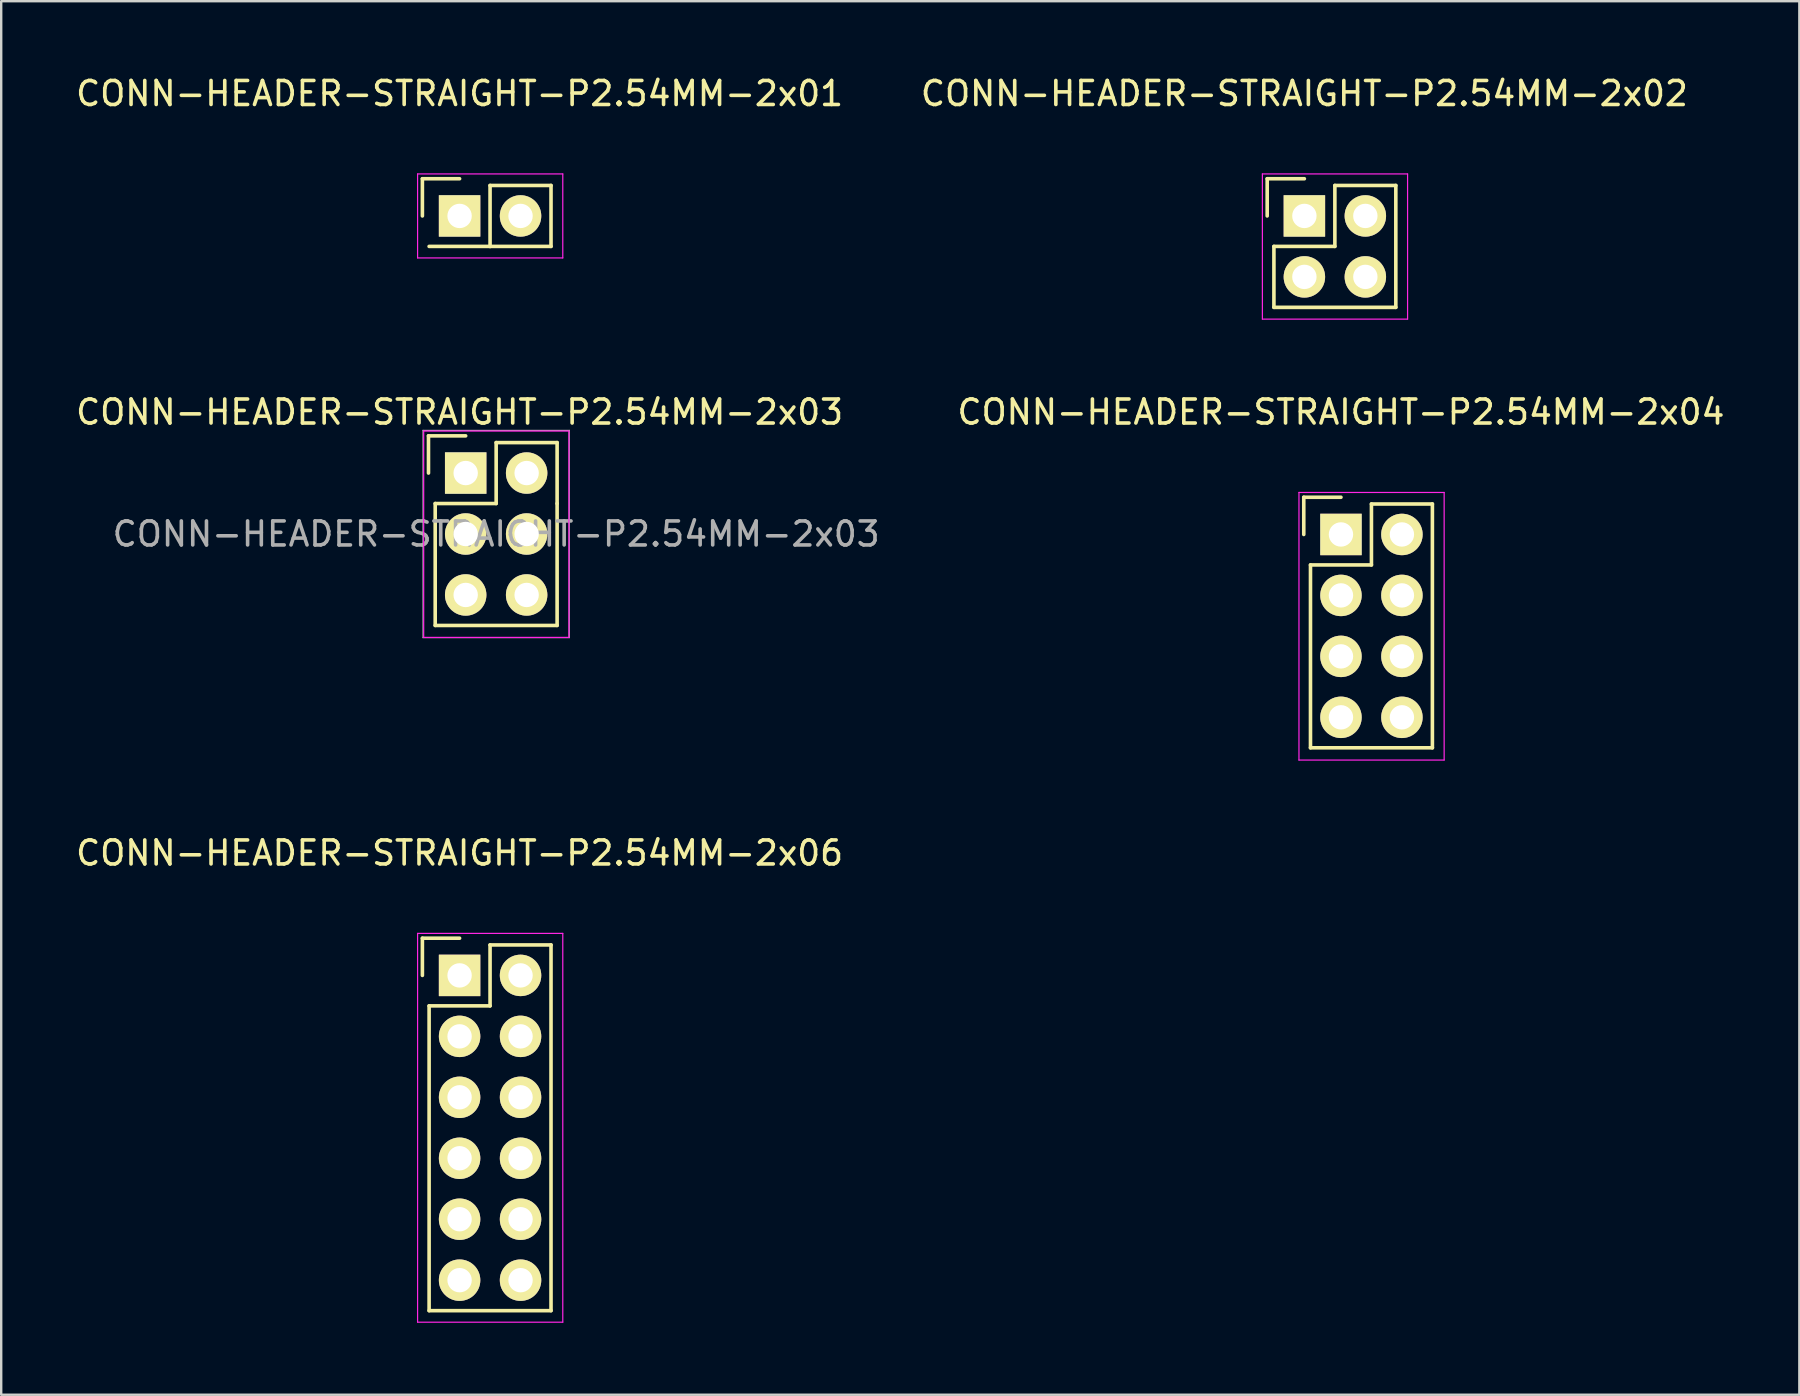
<source format=kicad_pcb>
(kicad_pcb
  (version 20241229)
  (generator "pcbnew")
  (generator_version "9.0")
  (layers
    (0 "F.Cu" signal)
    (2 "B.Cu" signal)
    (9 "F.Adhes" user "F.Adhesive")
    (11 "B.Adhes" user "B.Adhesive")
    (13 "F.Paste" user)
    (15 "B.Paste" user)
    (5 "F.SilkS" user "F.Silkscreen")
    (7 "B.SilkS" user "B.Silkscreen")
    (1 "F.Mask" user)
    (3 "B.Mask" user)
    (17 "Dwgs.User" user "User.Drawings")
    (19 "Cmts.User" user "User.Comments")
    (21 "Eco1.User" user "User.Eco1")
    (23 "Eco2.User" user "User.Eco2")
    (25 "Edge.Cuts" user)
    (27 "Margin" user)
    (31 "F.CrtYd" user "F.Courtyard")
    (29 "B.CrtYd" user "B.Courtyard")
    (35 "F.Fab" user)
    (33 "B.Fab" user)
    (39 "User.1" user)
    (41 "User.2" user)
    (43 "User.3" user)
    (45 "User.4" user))
  (footprint "CONN-HEADER-STRAIGHT-P2.54MM-2x03"
    (layer "F.Cu")
    (at 16.355 16.662)
    (property "Reference" "CONN-HEADER-STRAIGHT-P2.54MM-2x03" (at 1.27 2.54 0) (layer "F.Fab") (effects (font (size 1 1) (thickness 0.15))))
    (attr through_hole)
    (fp_line (start -1.55 -1.55) (end -1.55 0) (stroke (width 0.15) (type solid)) (layer "F.SilkS"))
    (fp_line (start -1.55 -1.55) (end 0 -1.55) (stroke (width 0.15) (type solid)) (layer "F.SilkS"))
    (fp_line (start -1.27 1.27) (end -1.27 6.35) (stroke (width 0.15) (type solid)) (layer "F.SilkS"))
    (fp_line (start -1.27 6.35) (end 3.81 6.35) (stroke (width 0.15) (type solid)) (layer "F.SilkS"))
    (fp_line (start 1.27 -1.27) (end 1.27 1.27) (stroke (width 0.15) (type solid)) (layer "F.SilkS"))
    (fp_line (start 1.27 1.27) (end -1.27 1.27) (stroke (width 0.15) (type solid)) (layer "F.SilkS"))
    (fp_line (start 3.81 -1.27) (end 1.27 -1.27) (stroke (width 0.15) (type solid)) (layer "F.SilkS"))
    (fp_line (start 3.81 1.27) (end 3.81 -1.27) (stroke (width 0.15) (type solid)) (layer "F.SilkS"))
    (fp_line (start 3.81 6.35) (end 3.81 1.27) (stroke (width 0.15) (type solid)) (layer "F.SilkS"))
    (fp_line (start -1.75 -1.75) (end -1.75 6.85) (stroke (width 0.05) (type solid)) (layer "F.CrtYd"))
    (fp_line (start -1.75 -1.75) (end 4.3 -1.75) (stroke (width 0.05) (type solid)) (layer "F.CrtYd"))
    (fp_line (start -1.75 6.85) (end 4.3 6.85) (stroke (width 0.05) (type solid)) (layer "F.CrtYd"))
    (fp_line (start 4.3 -1.75) (end 4.3 6.85) (stroke (width 0.05) (type solid)) (layer "F.CrtYd"))
    (fp_line (start -1.778 -1.778) (end -1.778 6.858) (stroke (width 0.05) (type solid)) (layer "F.Fab"))
    (fp_line (start -1.778 6.858) (end 4.318 6.858) (stroke (width 0.05) (type solid)) (layer "F.Fab"))
    (fp_line (start 4.318 -1.778) (end -1.778 -1.778) (stroke (width 0.05) (type solid)) (layer "F.Fab"))
    (fp_line (start 4.318 6.858) (end 4.318 -1.778) (stroke (width 0.05) (type solid)) (layer "F.Fab"))
    (fp_circle (center 0 0) (end 0 0.254) (stroke (width 0.2) (type solid)) (fill no) (layer "F.Fab"))
    (fp_text user "${REFERENCE}" (at -0.254 -2.54 0) (layer "F.SilkS") (effects (font (size 1 1) (thickness 0.15))))
    (pad "1" thru_hole rect (at 0 0) (size 1.727 1.727) (drill 1.016) (layers "*.Cu" "*.Mask" "F.SilkS"))
    (pad "2" thru_hole oval (at 2.54 0) (size 1.727 1.727) (drill 1.016) (layers "*.Cu" "*.Mask" "F.SilkS"))
    (pad "3" thru_hole oval (at 0 2.54) (size 1.727 1.727) (drill 1.016) (layers "*.Cu" "*.Mask" "F.SilkS"))
    (pad "4" thru_hole oval (at 2.54 2.54) (size 1.727 1.727) (drill 1.016) (layers "*.Cu" "*.Mask" "F.SilkS"))
    (pad "5" thru_hole oval (at 0 5.08) (size 1.727 1.727) (drill 1.016) (layers "*.Cu" "*.Mask" "F.SilkS"))
    (pad "6" thru_hole oval (at 2.54 5.08) (size 1.727 1.727) (drill 1.016) (layers "*.Cu" "*.Mask" "F.SilkS")))
  (footprint "CONN-HEADER-STRAIGHT-P2.54MM-2x04"
    (layer "F.Cu")
    (at 52.828 19.221)
    (property "Reference" "CONN-HEADER-STRAIGHT-P2.54MM-2x04" (at 0 -5.1 0) (layer "F.SilkS") (effects (font (size 1 1) (thickness 0.15))))
    (attr through_hole)
    (fp_line (start -1.55 -1.55) (end -1.55 0) (stroke (width 0.15) (type solid)) (layer "F.SilkS"))
    (fp_line (start -1.27 1.27) (end -1.27 8.89) (stroke (width 0.15) (type solid)) (layer "F.SilkS"))
    (fp_line (start -1.27 8.89) (end 3.81 8.89) (stroke (width 0.15) (type solid)) (layer "F.SilkS"))
    (fp_line (start 0 -1.55) (end -1.55 -1.55) (stroke (width 0.15) (type solid)) (layer "F.SilkS"))
    (fp_line (start 1.27 -1.27) (end 1.27 1.27) (stroke (width 0.15) (type solid)) (layer "F.SilkS"))
    (fp_line (start 1.27 1.27) (end -1.27 1.27) (stroke (width 0.15) (type solid)) (layer "F.SilkS"))
    (fp_line (start 3.81 -1.27) (end 1.27 -1.27) (stroke (width 0.15) (type solid)) (layer "F.SilkS"))
    (fp_line (start 3.81 8.89) (end 3.81 -1.27) (stroke (width 0.15) (type solid)) (layer "F.SilkS"))
    (fp_line (start -1.75 -1.75) (end -1.75 9.4) (stroke (width 0.05) (type solid)) (layer "F.CrtYd"))
    (fp_line (start -1.75 -1.75) (end 4.3 -1.75) (stroke (width 0.05) (type solid)) (layer "F.CrtYd"))
    (fp_line (start -1.75 9.4) (end 4.3 9.4) (stroke (width 0.05) (type solid)) (layer "F.CrtYd"))
    (fp_line (start 4.3 -1.75) (end 4.3 9.4) (stroke (width 0.05) (type solid)) (layer "F.CrtYd"))
    (pad "1" thru_hole rect (at 0 0) (size 1.727 1.727) (drill 1.016) (layers "*.Cu" "*.Mask" "F.SilkS"))
    (pad "2" thru_hole oval (at 2.54 0) (size 1.727 1.727) (drill 1.016) (layers "*.Cu" "*.Mask" "F.SilkS"))
    (pad "3" thru_hole oval (at 0 2.54) (size 1.727 1.727) (drill 1.016) (layers "*.Cu" "*.Mask" "F.SilkS"))
    (pad "4" thru_hole oval (at 2.54 2.54) (size 1.727 1.727) (drill 1.016) (layers "*.Cu" "*.Mask" "F.SilkS"))
    (pad "5" thru_hole oval (at 0 5.08) (size 1.727 1.727) (drill 1.016) (layers "*.Cu" "*.Mask" "F.SilkS"))
    (pad "6" thru_hole oval (at 2.54 5.08) (size 1.727 1.727) (drill 1.016) (layers "*.Cu" "*.Mask" "F.SilkS"))
    (pad "7" thru_hole oval (at 0 7.62) (size 1.727 1.727) (drill 1.016) (layers "*.Cu" "*.Mask" "F.SilkS"))
    (pad "8" thru_hole oval (at 2.54 7.62) (size 1.727 1.727) (drill 1.016) (layers "*.Cu" "*.Mask" "F.SilkS")))
  (footprint "CONN-HEADER-STRAIGHT-P2.54MM-2x06"
    (layer "F.Cu")
    (at 16.101 37.595)
    (property "Reference" "CONN-HEADER-STRAIGHT-P2.54MM-2x06" (at 0 -5.1 0) (layer "F.SilkS") (effects (font (size 1 1) (thickness 0.15))))
    (attr through_hole)
    (fp_line (start -1.55 -1.55) (end -1.55 0) (stroke (width 0.15) (type solid)) (layer "F.SilkS"))
    (fp_line (start -1.27 1.27) (end -1.27 13.97) (stroke (width 0.15) (type solid)) (layer "F.SilkS"))
    (fp_line (start 0 -1.55) (end -1.55 -1.55) (stroke (width 0.15) (type solid)) (layer "F.SilkS"))
    (fp_line (start 1.27 -1.27) (end 1.27 1.27) (stroke (width 0.15) (type solid)) (layer "F.SilkS"))
    (fp_line (start 1.27 1.27) (end -1.27 1.27) (stroke (width 0.15) (type solid)) (layer "F.SilkS"))
    (fp_line (start 3.81 -1.27) (end 1.27 -1.27) (stroke (width 0.15) (type solid)) (layer "F.SilkS"))
    (fp_line (start 3.81 13.97) (end -1.27 13.97) (stroke (width 0.15) (type solid)) (layer "F.SilkS"))
    (fp_line (start 3.81 13.97) (end 3.81 -1.27) (stroke (width 0.15) (type solid)) (layer "F.SilkS"))
    (fp_line (start -1.75 -1.75) (end -1.75 14.45) (stroke (width 0.05) (type solid)) (layer "F.CrtYd"))
    (fp_line (start -1.75 -1.75) (end 4.3 -1.75) (stroke (width 0.05) (type solid)) (layer "F.CrtYd"))
    (fp_line (start -1.75 14.45) (end 4.3 14.45) (stroke (width 0.05) (type solid)) (layer "F.CrtYd"))
    (fp_line (start 4.3 -1.75) (end 4.3 14.45) (stroke (width 0.05) (type solid)) (layer "F.CrtYd"))
    (pad "1" thru_hole rect (at 0 0) (size 1.727 1.727) (drill 1.016) (layers "*.Cu" "*.Mask" "F.SilkS"))
    (pad "2" thru_hole oval (at 2.54 0) (size 1.727 1.727) (drill 1.016) (layers "*.Cu" "*.Mask" "F.SilkS"))
    (pad "3" thru_hole oval (at 0 2.54) (size 1.727 1.727) (drill 1.016) (layers "*.Cu" "*.Mask" "F.SilkS"))
    (pad "4" thru_hole oval (at 2.54 2.54) (size 1.727 1.727) (drill 1.016) (layers "*.Cu" "*.Mask" "F.SilkS"))
    (pad "5" thru_hole oval (at 0 5.08) (size 1.727 1.727) (drill 1.016) (layers "*.Cu" "*.Mask" "F.SilkS"))
    (pad "6" thru_hole oval (at 2.54 5.08) (size 1.727 1.727) (drill 1.016) (layers "*.Cu" "*.Mask" "F.SilkS"))
    (pad "7" thru_hole oval (at 0 7.62) (size 1.727 1.727) (drill 1.016) (layers "*.Cu" "*.Mask" "F.SilkS"))
    (pad "8" thru_hole oval (at 2.54 7.62) (size 1.727 1.727) (drill 1.016) (layers "*.Cu" "*.Mask" "F.SilkS"))
    (pad "9" thru_hole oval (at 0 10.16) (size 1.727 1.727) (drill 1.016) (layers "*.Cu" "*.Mask" "F.SilkS"))
    (pad "10" thru_hole oval (at 2.54 10.16) (size 1.727 1.727) (drill 1.016) (layers "*.Cu" "*.Mask" "F.SilkS"))
    (pad "11" thru_hole oval (at 0 12.7) (size 1.727 1.727) (drill 1.016) (layers "*.Cu" "*.Mask" "F.SilkS"))
    (pad "12" thru_hole oval (at 2.54 12.7) (size 1.727 1.727) (drill 1.016) (layers "*.Cu" "*.Mask" "F.SilkS")))
  (footprint "CONN-HEADER-STRAIGHT-P2.54MM-2x02"
    (layer "F.Cu")
    (at 51.304 5.948)
    (property "Reference" "CONN-HEADER-STRAIGHT-P2.54MM-2x02" (at 0 -5.1 0) (layer "F.SilkS") (effects (font (size 1 1) (thickness 0.15))))
    (attr through_hole)
    (fp_line (start -1.55 0) (end -1.55 -1.55) (stroke (width 0.15) (type solid)) (layer "F.SilkS"))
    (fp_line (start -1.27 1.27) (end 1.27 1.27) (stroke (width 0.15) (type solid)) (layer "F.SilkS"))
    (fp_line (start -1.27 3.81) (end -1.27 1.27) (stroke (width 0.15) (type solid)) (layer "F.SilkS"))
    (fp_line (start 0 -1.55) (end -1.55 -1.55) (stroke (width 0.15) (type solid)) (layer "F.SilkS"))
    (fp_line (start 1.27 -1.27) (end 3.81 -1.27) (stroke (width 0.15) (type solid)) (layer "F.SilkS"))
    (fp_line (start 1.27 1.27) (end 1.27 -1.27) (stroke (width 0.15) (type solid)) (layer "F.SilkS"))
    (fp_line (start 3.81 -1.27) (end 3.81 3.81) (stroke (width 0.15) (type solid)) (layer "F.SilkS"))
    (fp_line (start 3.81 3.81) (end -1.27 3.81) (stroke (width 0.15) (type solid)) (layer "F.SilkS"))
    (fp_line (start -1.75 -1.75) (end -1.75 4.3) (stroke (width 0.05) (type solid)) (layer "F.CrtYd"))
    (fp_line (start -1.75 -1.75) (end 4.3 -1.75) (stroke (width 0.05) (type solid)) (layer "F.CrtYd"))
    (fp_line (start -1.75 4.3) (end 4.3 4.3) (stroke (width 0.05) (type solid)) (layer "F.CrtYd"))
    (fp_line (start 4.3 -1.75) (end 4.3 4.3) (stroke (width 0.05) (type solid)) (layer "F.CrtYd"))
    (pad "1" thru_hole rect (at 0 0) (size 1.727 1.727) (drill 1.016) (layers "*.Cu" "*.Mask" "F.SilkS"))
    (pad "2" thru_hole oval (at 2.54 0) (size 1.727 1.727) (drill 1.016) (layers "*.Cu" "*.Mask" "F.SilkS"))
    (pad "3" thru_hole oval (at 0 2.54) (size 1.727 1.727) (drill 1.016) (layers "*.Cu" "*.Mask" "F.SilkS"))
    (pad "4" thru_hole oval (at 2.54 2.54) (size 1.727 1.727) (drill 1.016) (layers "*.Cu" "*.Mask" "F.SilkS")))
  (footprint "CONN-HEADER-STRAIGHT-P2.54MM-2x01"
    (layer "F.Cu")
    (at 16.101 5.948)
    (property "Reference" "CONN-HEADER-STRAIGHT-P2.54MM-2x01" (at 0 -5.1 0) (layer "F.SilkS") (effects (font (size 1 1) (thickness 0.15))))
    (attr through_hole)
    (fp_line (start -1.55 0) (end -1.55 -1.55) (stroke (width 0.15) (type solid)) (layer "F.SilkS"))
    (fp_line (start -1.27 1.27) (end 1.27 1.27) (stroke (width 0.15) (type solid)) (layer "F.SilkS"))
    (fp_line (start 0 -1.55) (end -1.55 -1.55) (stroke (width 0.15) (type solid)) (layer "F.SilkS"))
    (fp_line (start 1.27 -1.27) (end 1.27 1.27) (stroke (width 0.15) (type solid)) (layer "F.SilkS"))
    (fp_line (start 1.27 1.27) (end 3.81 1.27) (stroke (width 0.15) (type solid)) (layer "F.SilkS"))
    (fp_line (start 3.81 -1.27) (end 1.27 -1.27) (stroke (width 0.15) (type solid)) (layer "F.SilkS"))
    (fp_line (start 3.81 1.27) (end 3.81 -1.27) (stroke (width 0.15) (type solid)) (layer "F.SilkS"))
    (fp_line (start -1.75 -1.75) (end -1.75 1.75) (stroke (width 0.05) (type solid)) (layer "F.CrtYd"))
    (fp_line (start -1.75 -1.75) (end 4.3 -1.75) (stroke (width 0.05) (type solid)) (layer "F.CrtYd"))
    (fp_line (start -1.75 1.75) (end 4.3 1.75) (stroke (width 0.05) (type solid)) (layer "F.CrtYd"))
    (fp_line (start 4.3 -1.75) (end 4.3 1.75) (stroke (width 0.05) (type solid)) (layer "F.CrtYd"))
    (pad "1" thru_hole rect (at 0 0) (size 1.727 1.727) (drill 1.016) (layers "*.Cu" "*.Mask" "F.SilkS"))
    (pad "2" thru_hole oval (at 2.54 0) (size 1.727 1.727) (drill 1.016) (layers "*.Cu" "*.Mask" "F.SilkS")))
  (gr_rect
    (start -3 -3)
    (end 71.929 55.07)
    (stroke (width 0.1) (type default))
    (fill no)
    (layer "Edge.Cuts")))
</source>
